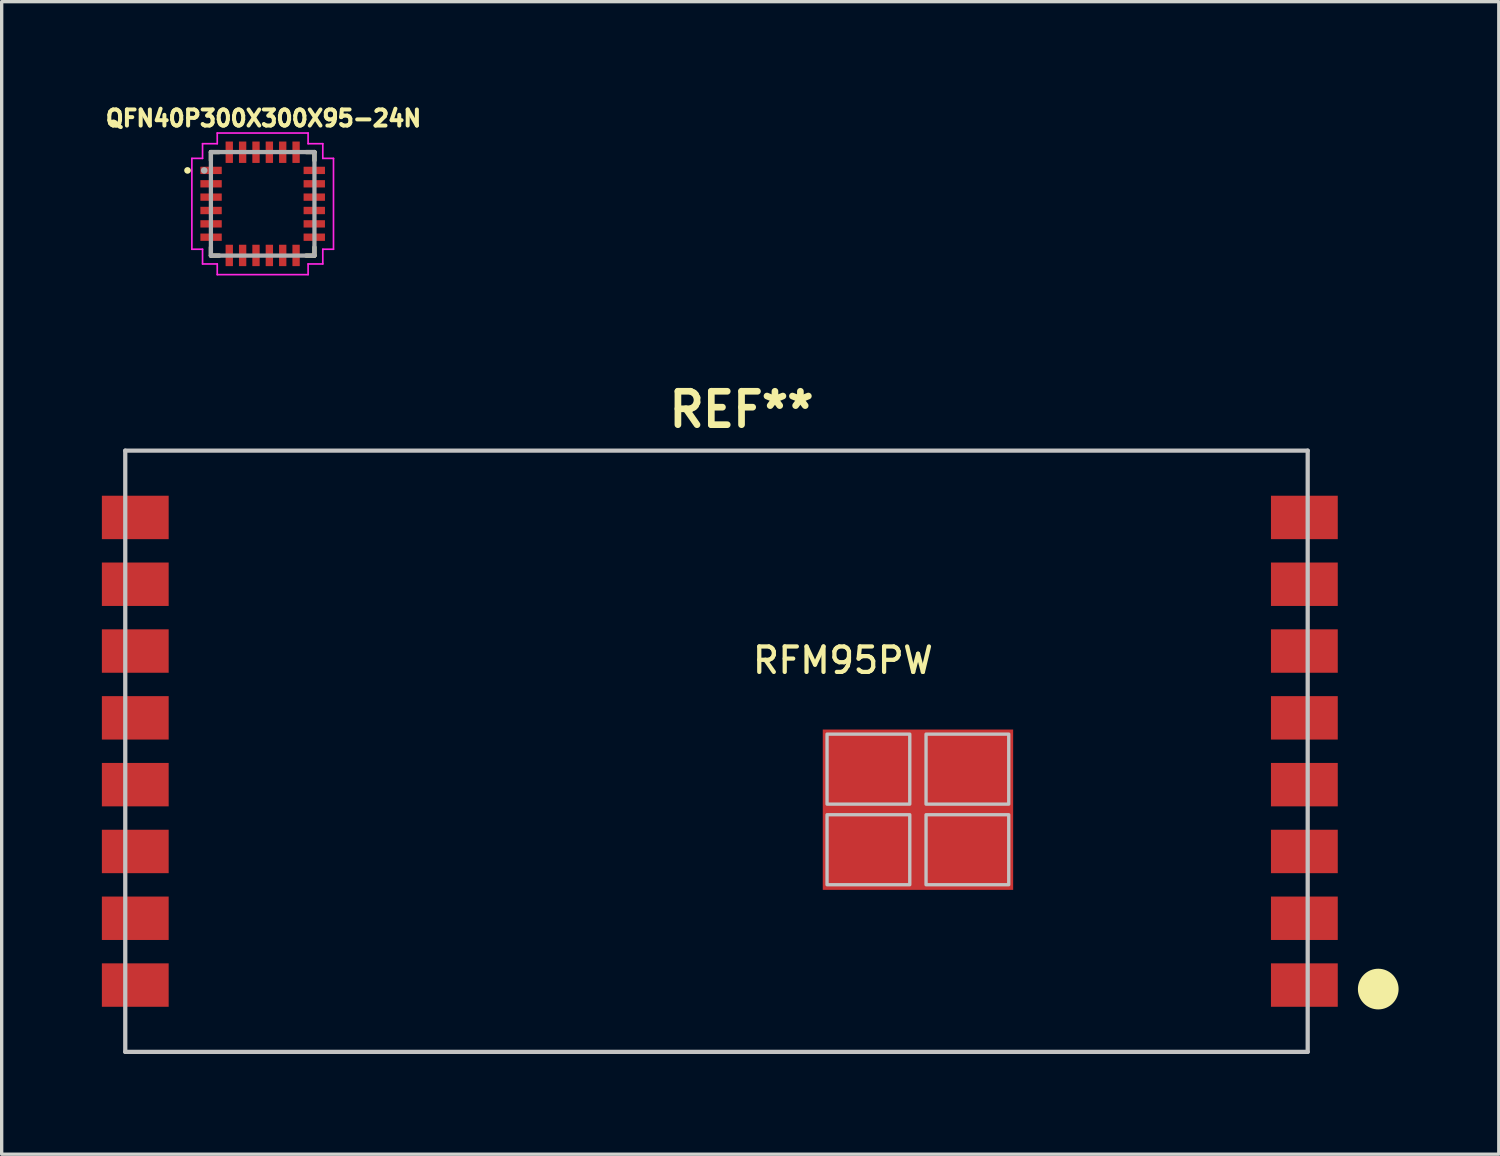
<source format=kicad_pcb>
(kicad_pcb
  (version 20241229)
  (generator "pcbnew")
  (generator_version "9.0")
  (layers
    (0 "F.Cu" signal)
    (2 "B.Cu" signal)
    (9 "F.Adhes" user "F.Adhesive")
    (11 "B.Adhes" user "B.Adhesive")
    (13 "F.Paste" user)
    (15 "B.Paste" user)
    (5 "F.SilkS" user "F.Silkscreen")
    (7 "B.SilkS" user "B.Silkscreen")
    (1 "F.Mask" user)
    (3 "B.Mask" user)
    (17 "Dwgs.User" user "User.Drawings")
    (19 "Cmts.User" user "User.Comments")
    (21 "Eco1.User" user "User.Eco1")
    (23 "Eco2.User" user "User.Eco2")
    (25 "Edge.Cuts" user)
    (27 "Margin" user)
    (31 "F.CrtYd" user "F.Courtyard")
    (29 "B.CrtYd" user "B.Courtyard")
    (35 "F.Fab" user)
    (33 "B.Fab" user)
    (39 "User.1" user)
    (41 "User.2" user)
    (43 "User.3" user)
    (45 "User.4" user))
  (footprint "QFN40P300X300X95-24N"
    (layer "F.Cu")
    (at 4.814 3.052)
    (property "Reference" "QFN40P300X300X95-24N" (at 0.024 -2.56 0) (layer "F.SilkS") (effects (font (size 0.481 0.481) (thickness 0.15))))
    (attr smd)
    (fp_line (start -1.55 -1.55) (end -1.3 -1.55) (stroke (width 0.127) (type solid)) (layer "F.SilkS"))
    (fp_line (start -1.55 -1.3) (end -1.55 -1.55) (stroke (width 0.127) (type solid)) (layer "F.SilkS"))
    (fp_line (start -1.55 1.3) (end -1.55 1.55) (stroke (width 0.127) (type solid)) (layer "F.SilkS"))
    (fp_line (start -1.55 1.55) (end -1.3 1.55) (stroke (width 0.127) (type solid)) (layer "F.SilkS"))
    (fp_line (start 1.3 -1.55) (end 1.55 -1.55) (stroke (width 0.127) (type solid)) (layer "F.SilkS"))
    (fp_line (start 1.3 1.55) (end 1.55 1.55) (stroke (width 0.127) (type solid)) (layer "F.SilkS"))
    (fp_line (start 1.55 -1.55) (end 1.55 -1.3) (stroke (width 0.127) (type solid)) (layer "F.SilkS"))
    (fp_line (start 1.55 1.55) (end 1.55 1.3) (stroke (width 0.127) (type solid)) (layer "F.SilkS"))
    (fp_circle (center -2.25 -1) (end -2.2 -1) (stroke (width 0.1) (type solid)) (fill no) (layer "F.SilkS"))
    (fp_line (start -2.12 -1.36) (end -2.12 1.36) (stroke (width 0.05) (type solid)) (layer "F.CrtYd"))
    (fp_line (start -2.12 1.36) (end -1.8 1.36) (stroke (width 0.05) (type solid)) (layer "F.CrtYd"))
    (fp_line (start -1.8 -1.8) (end -1.8 -1.36) (stroke (width 0.05) (type solid)) (layer "F.CrtYd"))
    (fp_line (start -1.8 -1.36) (end -2.12 -1.36) (stroke (width 0.05) (type solid)) (layer "F.CrtYd"))
    (fp_line (start -1.8 1.36) (end -1.8 1.8) (stroke (width 0.05) (type solid)) (layer "F.CrtYd"))
    (fp_line (start -1.8 1.8) (end -1.36 1.8) (stroke (width 0.05) (type solid)) (layer "F.CrtYd"))
    (fp_line (start -1.36 -2.12) (end -1.36 -1.8) (stroke (width 0.05) (type solid)) (layer "F.CrtYd"))
    (fp_line (start -1.36 -1.8) (end -1.8 -1.8) (stroke (width 0.05) (type solid)) (layer "F.CrtYd"))
    (fp_line (start -1.36 1.8) (end -1.36 2.12) (stroke (width 0.05) (type solid)) (layer "F.CrtYd"))
    (fp_line (start -1.36 2.12) (end 1.36 2.12) (stroke (width 0.05) (type solid)) (layer "F.CrtYd"))
    (fp_line (start 1.36 -2.12) (end -1.36 -2.12) (stroke (width 0.05) (type solid)) (layer "F.CrtYd"))
    (fp_line (start 1.36 -1.8) (end 1.36 -2.12) (stroke (width 0.05) (type solid)) (layer "F.CrtYd"))
    (fp_line (start 1.36 1.8) (end 1.8 1.8) (stroke (width 0.05) (type solid)) (layer "F.CrtYd"))
    (fp_line (start 1.36 2.12) (end 1.36 1.8) (stroke (width 0.05) (type solid)) (layer "F.CrtYd"))
    (fp_line (start 1.8 -1.8) (end 1.36 -1.8) (stroke (width 0.05) (type solid)) (layer "F.CrtYd"))
    (fp_line (start 1.8 -1.36) (end 1.8 -1.8) (stroke (width 0.05) (type solid)) (layer "F.CrtYd"))
    (fp_line (start 1.8 1.36) (end 2.12 1.36) (stroke (width 0.05) (type solid)) (layer "F.CrtYd"))
    (fp_line (start 1.8 1.8) (end 1.8 1.36) (stroke (width 0.05) (type solid)) (layer "F.CrtYd"))
    (fp_line (start 2.12 -1.36) (end 1.8 -1.36) (stroke (width 0.05) (type solid)) (layer "F.CrtYd"))
    (fp_line (start 2.12 1.36) (end 2.12 -1.36) (stroke (width 0.05) (type solid)) (layer "F.CrtYd"))
    (fp_line (start -1.55 -1.55) (end 1.55 -1.55) (stroke (width 0.127) (type solid)) (layer "F.Fab"))
    (fp_line (start -1.55 1.55) (end -1.55 -1.55) (stroke (width 0.127) (type solid)) (layer "F.Fab"))
    (fp_line (start 1.55 -1.55) (end 1.55 1.55) (stroke (width 0.127) (type solid)) (layer "F.Fab"))
    (fp_line (start 1.55 1.55) (end -1.55 1.55) (stroke (width 0.127) (type solid)) (layer "F.Fab"))
    (fp_circle (center -1.75 -1) (end -1.7 -1) (stroke (width 0.1) (type solid)) (fill no) (layer "F.Fab"))
    (pad "1" smd roundrect (at -1.545 -1) (size 0.64 0.22) (layers "F.Cu" "F.Mask" "F.Paste") (roundrect_rratio 0.03))
    (pad "2" smd roundrect (at -1.545 -0.6) (size 0.64 0.22) (layers "F.Cu" "F.Mask" "F.Paste") (roundrect_rratio 0.03))
    (pad "3" smd roundrect (at -1.545 -0.2) (size 0.64 0.22) (layers "F.Cu" "F.Mask" "F.Paste") (roundrect_rratio 0.03))
    (pad "4" smd roundrect (at -1.545 0.2) (size 0.64 0.22) (layers "F.Cu" "F.Mask" "F.Paste") (roundrect_rratio 0.03))
    (pad "5" smd roundrect (at -1.545 0.6) (size 0.64 0.22) (layers "F.Cu" "F.Mask" "F.Paste") (roundrect_rratio 0.03))
    (pad "6" smd roundrect (at -1.545 1) (size 0.64 0.22) (layers "F.Cu" "F.Mask" "F.Paste") (roundrect_rratio 0.03))
    (pad "7" smd roundrect (at -1 1.545 90) (size 0.64 0.22) (layers "F.Cu" "F.Mask" "F.Paste") (roundrect_rratio 0.03))
    (pad "8" smd roundrect (at -0.6 1.545 90) (size 0.64 0.22) (layers "F.Cu" "F.Mask" "F.Paste") (roundrect_rratio 0.03))
    (pad "9" smd roundrect (at -0.2 1.545 90) (size 0.64 0.22) (layers "F.Cu" "F.Mask" "F.Paste") (roundrect_rratio 0.03))
    (pad "10" smd roundrect (at 0.2 1.545 90) (size 0.64 0.22) (layers "F.Cu" "F.Mask" "F.Paste") (roundrect_rratio 0.03))
    (pad "11" smd roundrect (at 0.6 1.545 90) (size 0.64 0.22) (layers "F.Cu" "F.Mask" "F.Paste") (roundrect_rratio 0.03))
    (pad "12" smd roundrect (at 1 1.545 90) (size 0.64 0.22) (layers "F.Cu" "F.Mask" "F.Paste") (roundrect_rratio 0.03))
    (pad "13" smd roundrect (at 1.545 1 180) (size 0.64 0.22) (layers "F.Cu" "F.Mask" "F.Paste") (roundrect_rratio 0.03))
    (pad "14" smd roundrect (at 1.545 0.6 180) (size 0.64 0.22) (layers "F.Cu" "F.Mask" "F.Paste") (roundrect_rratio 0.03))
    (pad "15" smd roundrect (at 1.545 0.2 180) (size 0.64 0.22) (layers "F.Cu" "F.Mask" "F.Paste") (roundrect_rratio 0.03))
    (pad "16" smd roundrect (at 1.545 -0.2 180) (size 0.64 0.22) (layers "F.Cu" "F.Mask" "F.Paste") (roundrect_rratio 0.03))
    (pad "17" smd roundrect (at 1.545 -0.6 180) (size 0.64 0.22) (layers "F.Cu" "F.Mask" "F.Paste") (roundrect_rratio 0.03))
    (pad "18" smd roundrect (at 1.545 -1 180) (size 0.64 0.22) (layers "F.Cu" "F.Mask" "F.Paste") (roundrect_rratio 0.03))
    (pad "19" smd roundrect (at 1 -1.545 270) (size 0.64 0.22) (layers "F.Cu" "F.Mask" "F.Paste") (roundrect_rratio 0.03))
    (pad "20" smd roundrect (at 0.6 -1.545 270) (size 0.64 0.22) (layers "F.Cu" "F.Mask" "F.Paste") (roundrect_rratio 0.03))
    (pad "21" smd roundrect (at 0.2 -1.545 270) (size 0.64 0.22) (layers "F.Cu" "F.Mask" "F.Paste") (roundrect_rratio 0.03))
    (pad "22" smd roundrect (at -0.2 -1.545 270) (size 0.64 0.22) (layers "F.Cu" "F.Mask" "F.Paste") (roundrect_rratio 0.03))
    (pad "23" smd roundrect (at -0.6 -1.545 270) (size 0.64 0.22) (layers "F.Cu" "F.Mask" "F.Paste") (roundrect_rratio 0.03))
    (pad "24" smd roundrect (at -1 -1.545 270) (size 0.64 0.22) (layers "F.Cu" "F.Mask" "F.Paste") (roundrect_rratio 0.03))
    (zone (net_name "") (layer "F.Cu") (hatch full 0.508) (connect_pads) (min_thickness 0.01) (filled_areas_thickness no) (keepout (tracks not_allowed) (vias not_allowed) (pads not_allowed) (copperpour not_allowed) (footprints allowed)) (placement (enabled no)) (fill) (polygon (pts (xy 3.964 2.282) (xy 5.664 2.282) (xy 5.664 3.822) (xy 3.964 3.822))))
    (zone (net_name "") (layers "F.Cu" "B.Cu") (hatch full 0.508) (connect_pads) (min_thickness 0.01) (filled_areas_thickness no) (keepout (tracks allowed) (vias not_allowed) (pads allowed) (copperpour allowed) (footprints allowed)) (placement (enabled no)) (fill) (polygon (pts (xy 3.964 2.282) (xy 5.664 2.282) (xy 5.664 3.822) (xy 3.964 3.822)))))
  (footprint "RFM95PW"
    (layer "F.Cu")
    (at 18.4 18.941)
    (property "Reference" "RFM95PW" (at 1.016 -2.667 180) (layer "F.SilkS") (effects (font (size 0.762 0.762) (thickness 0.127)) (justify left top)))
    (attr through_hole)
    (fp_circle (center 19.812 7.62) (end 20.171 7.62) (stroke (width 0.5) (type solid)) (fill yes) (layer "F.SilkS"))
    (fp_line (start -17.7 -8.5) (end 17.7 -8.5) (stroke (width 0.127) (type solid)) (layer "Dwgs.User"))
    (fp_line (start -17.7 9.5) (end -17.7 -8.5) (stroke (width 0.127) (type solid)) (layer "Dwgs.User"))
    (fp_line (start -17.7 9.5) (end 17.7 9.5) (stroke (width 0.127) (type solid)) (layer "Dwgs.User"))
    (fp_line (start 17.7 9.5) (end 17.7 -8.5) (stroke (width 0.127) (type solid)) (layer "Dwgs.User"))
    (fp_poly (pts (xy 5.787 2.083) (xy 3.31 2.083) (xy 3.31 -0.013) (xy 5.787 -0.013)) (stroke (width 0.1) (type solid)) (fill no) (layer "Dwgs.User"))
    (fp_poly (pts (xy 5.787 4.496) (xy 3.31 4.496) (xy 3.31 2.4) (xy 5.787 2.4)) (stroke (width 0.1) (type solid)) (fill no) (layer "Dwgs.User"))
    (fp_poly (pts (xy 8.75 2.083) (xy 6.274 2.083) (xy 6.274 -0.013) (xy 8.75 -0.013)) (stroke (width 0.1) (type solid)) (fill no) (layer "Dwgs.User"))
    (fp_poly (pts (xy 8.75 4.496) (xy 6.274 4.496) (xy 6.274 2.4) (xy 8.75 2.4)) (stroke (width 0.1) (type solid)) (fill no) (layer "Dwgs.User"))
    (fp_text user "REF**" (at -1.524 -9.144 0) (unlocked yes) (layer "F.SilkS") (effects (font (size 1 1) (thickness 0.2) (bold yes)) (justify left bottom)))
    (pad "1" smd rect (at 17.6 7.5) (size 2 1.3) (layers "F.Cu" "F.Mask" "F.Paste"))
    (pad "2" smd rect (at 17.6 5.5) (size 2 1.3) (layers "F.Cu" "F.Mask" "F.Paste"))
    (pad "3" smd rect (at 17.6 3.5) (size 2 1.3) (layers "F.Cu" "F.Mask" "F.Paste"))
    (pad "4" smd rect (at 17.6 1.5) (size 2 1.3) (layers "F.Cu" "F.Mask" "F.Paste"))
    (pad "5" smd rect (at 17.6 -0.5) (size 2 1.3) (layers "F.Cu" "F.Mask" "F.Paste"))
    (pad "6" smd rect (at 17.6 -2.5) (size 2 1.3) (layers "F.Cu" "F.Mask" "F.Paste"))
    (pad "7" smd rect (at 17.6 -4.5) (size 2 1.3) (layers "F.Cu" "F.Mask" "F.Paste"))
    (pad "8" smd rect (at 17.6 -6.5) (size 2 1.3) (layers "F.Cu" "F.Mask" "F.Paste"))
    (pad "9" smd rect (at -17.4 -6.5) (size 2 1.3) (layers "F.Cu" "F.Mask" "F.Paste"))
    (pad "10" smd rect (at -17.4 -4.5) (size 2 1.3) (layers "F.Cu" "F.Mask" "F.Paste"))
    (pad "11" smd rect (at -17.4 -2.5) (size 2 1.3) (layers "F.Cu" "F.Mask" "F.Paste"))
    (pad "12" smd rect (at -17.4 -0.5) (size 2 1.3) (layers "F.Cu" "F.Mask" "F.Paste"))
    (pad "13" smd rect (at -17.4 1.5) (size 2 1.3) (layers "F.Cu" "F.Mask" "F.Paste"))
    (pad "14" smd rect (at -17.4 3.5) (size 2 1.3) (layers "F.Cu" "F.Mask" "F.Paste"))
    (pad "15" smd rect (at -17.4 5.5) (size 2 1.3) (layers "F.Cu" "F.Mask" "F.Paste"))
    (pad "16" smd rect (at -17.4 7.5) (size 2 1.3) (layers "F.Cu" "F.Mask" "F.Paste"))
    (pad "17" smd rect (at 6.032 2.25) (size 5.7 4.8) (layers "F.Cu" "F.Mask")))
  (gr_rect
    (start -3 -3)
    (end 41.821 31.505)
    (stroke (width 0.1) (type default))
    (fill no)
    (layer "Edge.Cuts")))
</source>
